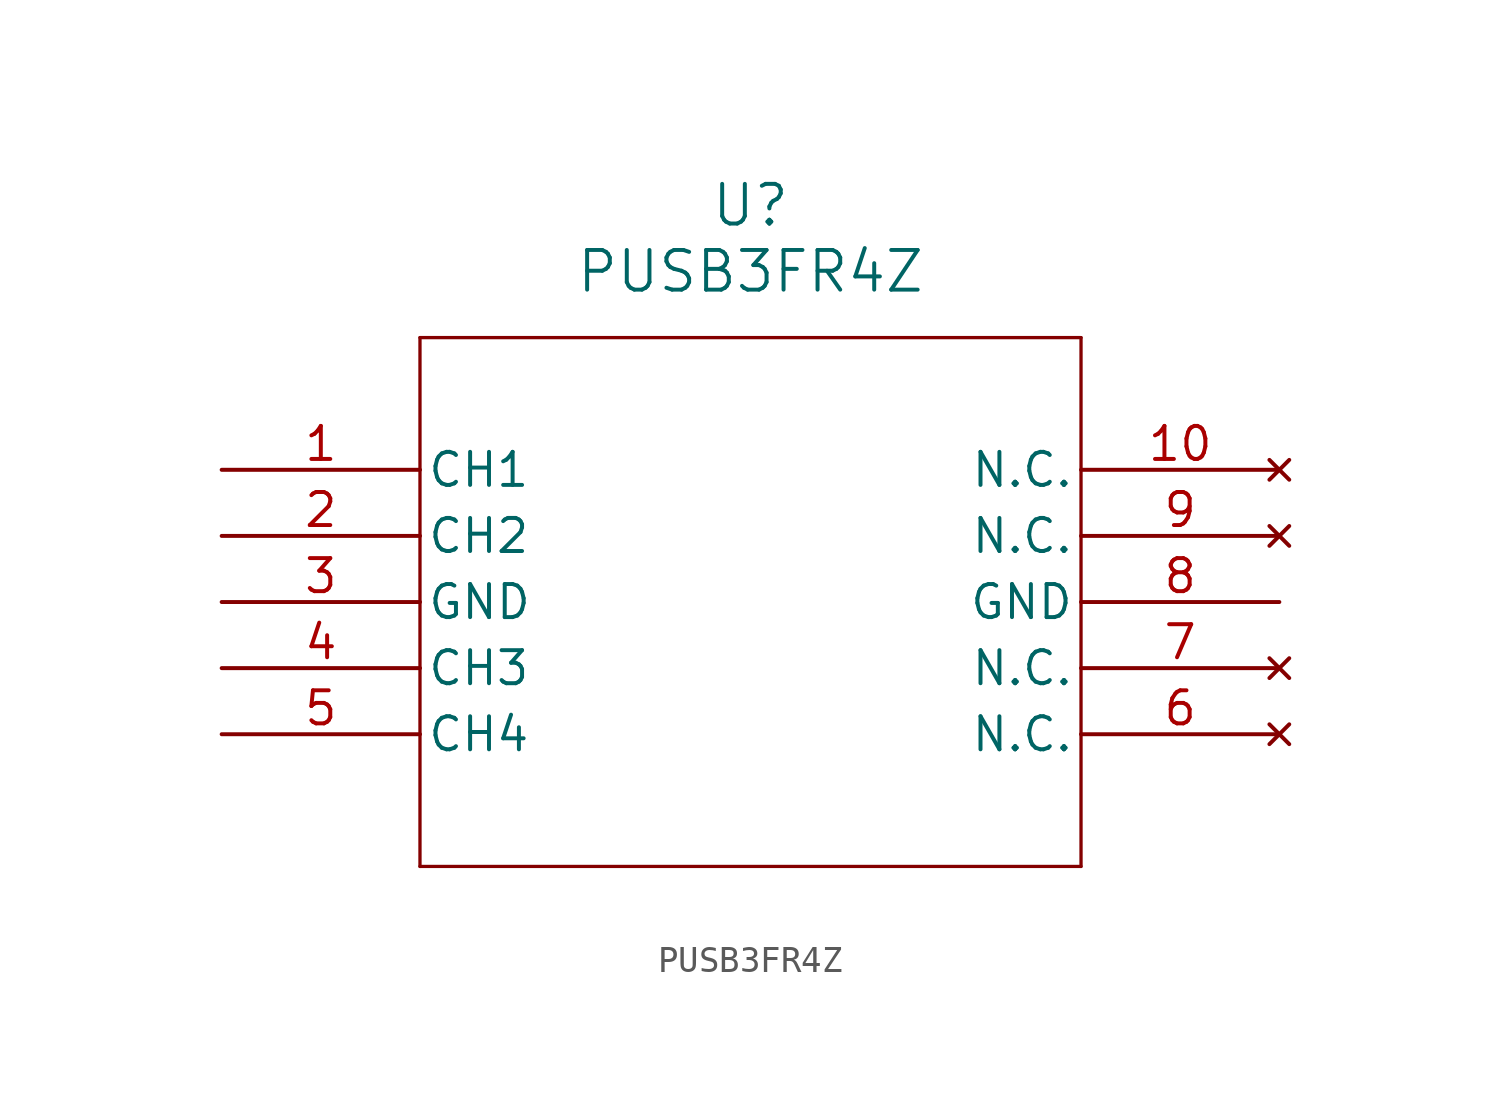
<source format=kicad_sym>
(kicad_symbol_lib
  (version 20211014)
  (generator kicad_symbol_editor)
  (symbol "PUSB3FR4Z"
    (pin_names
      (offset 0.254))
    (property "Reference" "U"
      (at 20.32 10.16 0)
      (effects (font (size 1.524 1.524))))
    (property "Value" "PUSB3FR4Z"
      (at 20.32 7.62 0)
      (effects (font (size 1.524 1.524))))
    (polyline
      (pts (xy 7.62 5.08) (xy 7.62 -15.24))
      (stroke (width 0.127) (type default) (color 0 0 0 0))
      (fill (type none)))
    (polyline
      (pts (xy 7.62 -15.24) (xy 33.02 -15.24))
      (stroke (width 0.127) (type default) (color 0 0 0 0))
      (fill (type none)))
    (polyline
      (pts (xy 33.02 -15.24) (xy 33.02 5.08))
      (stroke (width 0.127) (type default) (color 0 0 0 0))
      (fill (type none)))
    (polyline
      (pts (xy 33.02 5.08) (xy 7.62 5.08))
      (stroke (width 0.127) (type default) (color 0 0 0 0))
      (fill (type none)))
    (pin bidirectional line
      (at 0 0 0)
      (length 7.62)
      (name "CH1" (effects (font (size 1.27 1.27))))
      (number "1" (effects (font (size 1.27 1.27)))))
    (pin bidirectional line
      (at 0 -2.54 0)
      (length 7.62)
      (name "CH2" (effects (font (size 1.27 1.27))))
      (number "2" (effects (font (size 1.27 1.27)))))
    (pin power_out line
      (at 0 -5.08 0)
      (length 7.62)
      (name "GND" (effects (font (size 1.27 1.27))))
      (number "3" (effects (font (size 1.27 1.27)))))
    (pin bidirectional line
      (at 0 -7.62 0)
      (length 7.62)
      (name "CH3" (effects (font (size 1.27 1.27))))
      (number "4" (effects (font (size 1.27 1.27)))))
    (pin bidirectional line
      (at 0 -10.16 0)
      (length 7.62)
      (name "CH4" (effects (font (size 1.27 1.27))))
      (number "5" (effects (font (size 1.27 1.27)))))
    (pin no_connect line
      (at 40.64 -10.16 180)
      (length 7.62)
      (name "N.C." (effects (font (size 1.27 1.27))))
      (number "6" (effects (font (size 1.27 1.27)))))
    (pin no_connect line
      (at 40.64 -7.62 180)
      (length 7.62)
      (name "N.C." (effects (font (size 1.27 1.27))))
      (number "7" (effects (font (size 1.27 1.27)))))
    (pin power_out line
      (at 40.64 -5.08 180)
      (length 7.62)
      (name "GND" (effects (font (size 1.27 1.27))))
      (number "8" (effects (font (size 1.27 1.27)))))
    (pin no_connect line
      (at 40.64 -2.54 180)
      (length 7.62)
      (name "N.C." (effects (font (size 1.27 1.27))))
      (number "9" (effects (font (size 1.27 1.27)))))
    (pin no_connect line
      (at 40.64 0 180)
      (length 7.62)
      (name "N.C." (effects (font (size 1.27 1.27))))
      (number "10" (effects (font (size 1.27 1.27)))))))
</source>
